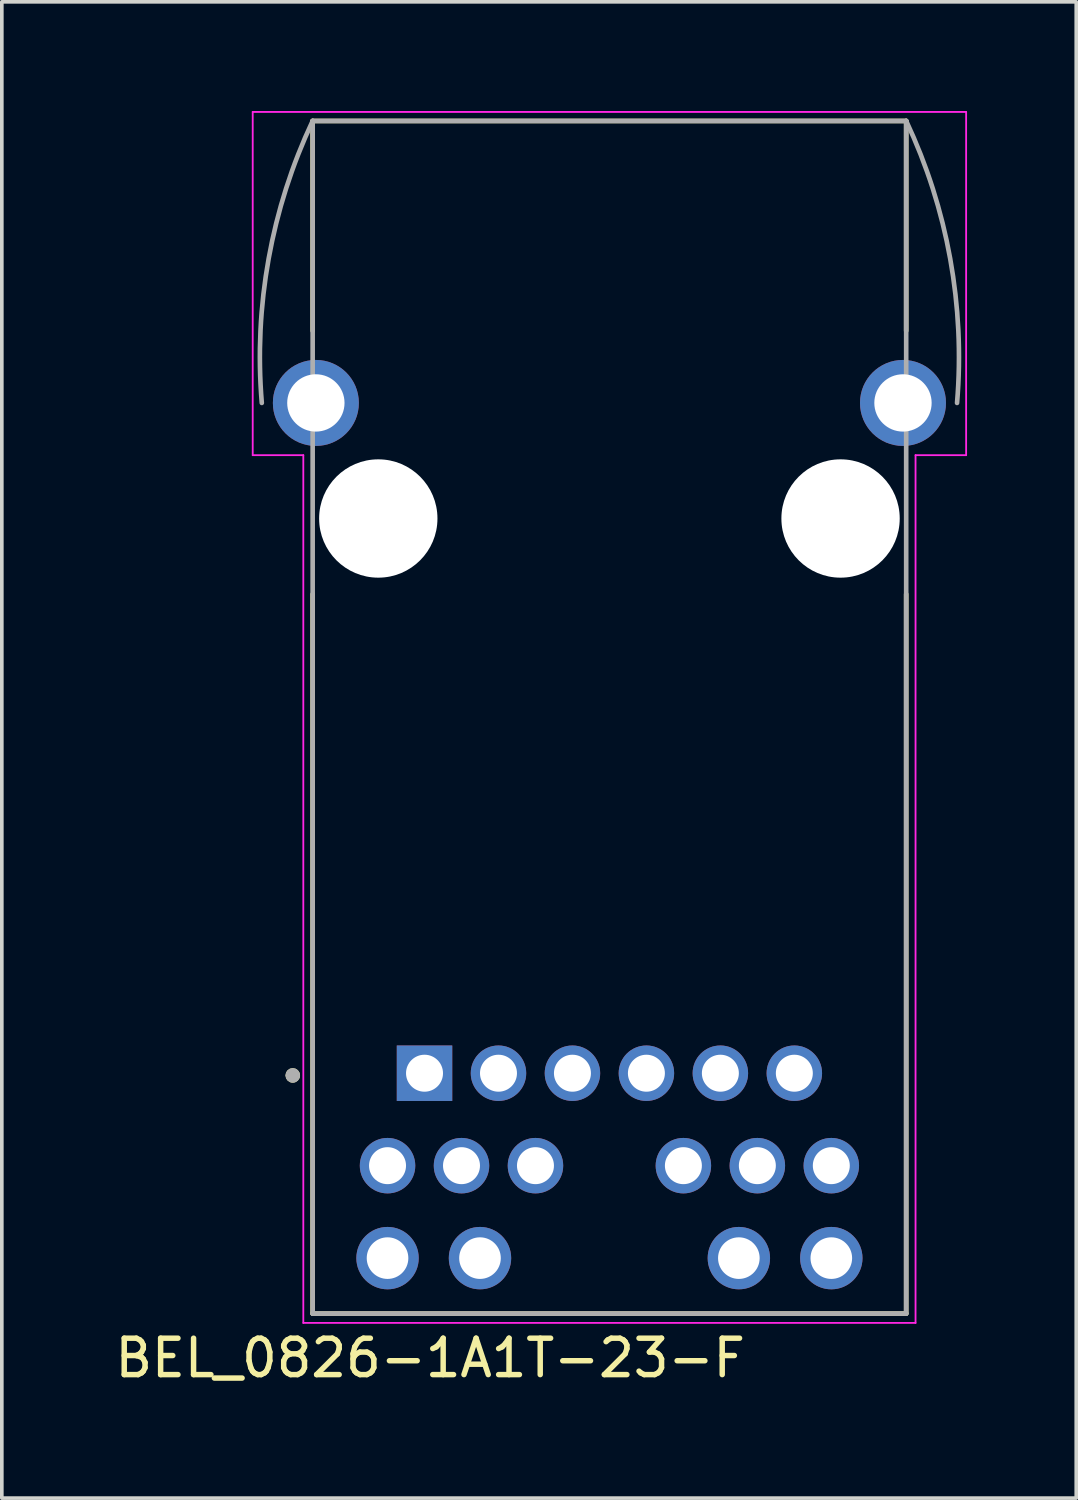
<source format=kicad_pcb>
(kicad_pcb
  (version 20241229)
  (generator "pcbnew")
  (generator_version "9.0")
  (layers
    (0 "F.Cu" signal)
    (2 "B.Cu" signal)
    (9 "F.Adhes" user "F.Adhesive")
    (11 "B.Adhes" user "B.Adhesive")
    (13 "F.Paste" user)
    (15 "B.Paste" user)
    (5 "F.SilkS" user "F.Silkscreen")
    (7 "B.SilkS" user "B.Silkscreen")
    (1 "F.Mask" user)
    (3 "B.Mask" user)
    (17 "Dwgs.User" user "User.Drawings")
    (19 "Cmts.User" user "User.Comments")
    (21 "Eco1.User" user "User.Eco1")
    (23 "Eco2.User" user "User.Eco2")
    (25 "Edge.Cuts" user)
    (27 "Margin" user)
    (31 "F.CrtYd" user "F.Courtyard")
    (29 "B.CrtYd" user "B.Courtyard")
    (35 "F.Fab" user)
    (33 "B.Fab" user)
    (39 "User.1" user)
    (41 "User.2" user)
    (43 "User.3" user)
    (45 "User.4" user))
  (footprint "BEL_0826-1A1T-23-F"
    (layer "F.Cu")
    (at 13.693 11.195)
    (property "Reference" "BEL_0826-1A1T-23-F" (at -4.925 23.065 0) (layer "F.SilkS") (effects (font (size 1 1) (thickness 0.15))))
    (attr through_hole)
    (fp_line (start -8.153 -5.156) (end -8.153 -10.922) (stroke (width 0.127) (type solid)) (layer "F.SilkS"))
    (fp_line (start -8.153 21.844) (end -8.153 2.078) (stroke (width 0.127) (type solid)) (layer "F.SilkS"))
    (fp_line (start -8.153 21.844) (end 8.153 21.844) (stroke (width 0.127) (type solid)) (layer "F.SilkS"))
    (fp_line (start 8.153 -10.922) (end -8.153 -10.922) (stroke (width 0.127) (type solid)) (layer "F.SilkS"))
    (fp_line (start 8.153 -5.156) (end 8.153 -10.922) (stroke (width 0.127) (type solid)) (layer "F.SilkS"))
    (fp_line (start 8.153 21.844) (end 8.153 2.078) (stroke (width 0.127) (type solid)) (layer "F.SilkS"))
    (fp_circle (center -8.7 15.3) (end -8.6 15.3) (stroke (width 0.2) (type solid)) (fill no) (layer "F.SilkS"))
    (fp_line (start -9.8 -11.17) (end 9.8 -11.17) (stroke (width 0.05) (type solid)) (layer "F.CrtYd"))
    (fp_line (start -9.8 -1.74) (end -9.8 -11.17) (stroke (width 0.05) (type solid)) (layer "F.CrtYd"))
    (fp_line (start -8.41 -1.74) (end -9.8 -1.74) (stroke (width 0.05) (type solid)) (layer "F.CrtYd"))
    (fp_line (start -8.41 22.1) (end -8.41 -1.74) (stroke (width 0.05) (type solid)) (layer "F.CrtYd"))
    (fp_line (start 8.41 -1.74) (end 8.41 22.1) (stroke (width 0.05) (type solid)) (layer "F.CrtYd"))
    (fp_line (start 8.41 22.1) (end -8.41 22.1) (stroke (width 0.05) (type solid)) (layer "F.CrtYd"))
    (fp_line (start 9.8 -11.17) (end 9.8 -1.74) (stroke (width 0.05) (type solid)) (layer "F.CrtYd"))
    (fp_line (start 9.8 -1.74) (end 8.41 -1.74) (stroke (width 0.05) (type solid)) (layer "F.CrtYd"))
    (fp_line (start -8.153 -10.922) (end -8.153 21.844) (stroke (width 0.127) (type solid)) (layer "F.Fab"))
    (fp_line (start -8.153 21.844) (end 8.153 21.844) (stroke (width 0.127) (type solid)) (layer "F.Fab"))
    (fp_line (start 8.153 -10.922) (end -8.153 -10.922) (stroke (width 0.127) (type solid)) (layer "F.Fab"))
    (fp_line (start 8.153 21.844) (end 8.153 -10.922) (stroke (width 0.127) (type solid)) (layer "F.Fab"))
    (fp_arc (start -9.5504 -3.175) (mid -9.361856 -7.140459) (end -8.1534 -10.922) (stroke (width 0.127) (type solid)) (layer "F.Fab"))
    (fp_arc (start 8.1534 -10.922) (mid 9.361856 -7.140459) (end 9.5504 -3.175) (stroke (width 0.127) (type solid)) (layer "F.Fab"))
    (fp_circle (center -8.7 15.3) (end -8.6 15.3) (stroke (width 0.2) (type solid)) (fill no) (layer "F.Fab"))
    (pad "" np_thru_hole circle (at -6.35 0) (size 3.251 3.251) (drill 3.251) (layers "*.Cu" "*.Mask"))
    (pad "" np_thru_hole circle (at 6.35 0) (size 3.251 3.251) (drill 3.251) (layers "*.Cu" "*.Mask"))
    (pad "1" thru_hole rect (at -5.08 15.24) (size 1.524 1.524) (drill 1.016) (layers "*.Cu" "*.Mask"))
    (pad "2" thru_hole circle (at -3.048 15.24) (size 1.524 1.524) (drill 1.016) (layers "*.Cu" "*.Mask"))
    (pad "3" thru_hole circle (at -1.016 15.24) (size 1.524 1.524) (drill 1.016) (layers "*.Cu" "*.Mask"))
    (pad "4" thru_hole circle (at 1.016 15.24) (size 1.524 1.524) (drill 1.016) (layers "*.Cu" "*.Mask"))
    (pad "5" thru_hole circle (at 3.048 15.24) (size 1.524 1.524) (drill 1.016) (layers "*.Cu" "*.Mask"))
    (pad "6" thru_hole circle (at 5.08 15.24) (size 1.524 1.524) (drill 1.016) (layers "*.Cu" "*.Mask"))
    (pad "7" thru_hole circle (at -6.096 17.78) (size 1.524 1.524) (drill 1.016) (layers "*.Cu" "*.Mask"))
    (pad "8" thru_hole circle (at -4.064 17.78) (size 1.524 1.524) (drill 1.016) (layers "*.Cu" "*.Mask"))
    (pad "9" thru_hole circle (at -2.032 17.78) (size 1.524 1.524) (drill 1.016) (layers "*.Cu" "*.Mask"))
    (pad "10" thru_hole circle (at 2.032 17.78) (size 1.524 1.524) (drill 1.016) (layers "*.Cu" "*.Mask"))
    (pad "11" thru_hole circle (at 4.064 17.78) (size 1.524 1.524) (drill 1.016) (layers "*.Cu" "*.Mask"))
    (pad "12" thru_hole circle (at 6.096 17.78) (size 1.524 1.524) (drill 1.016) (layers "*.Cu" "*.Mask"))
    (pad "13" thru_hole circle (at -6.096 20.32) (size 1.714 1.714) (drill 1.143) (layers "*.Cu" "*.Mask"))
    (pad "14" thru_hole circle (at -3.556 20.32) (size 1.714 1.714) (drill 1.143) (layers "*.Cu" "*.Mask"))
    (pad "15" thru_hole circle (at 3.556 20.32) (size 1.714 1.714) (drill 1.143) (layers "*.Cu" "*.Mask"))
    (pad "16" thru_hole circle (at 6.096 20.32) (size 1.714 1.714) (drill 1.143) (layers "*.Cu" "*.Mask"))
    (pad "S1" thru_hole circle (at -8.065 -3.175) (size 2.362 2.362) (drill 1.575) (layers "*.Cu" "*.Mask"))
    (pad "S2" thru_hole circle (at 8.065 -3.175) (size 2.362 2.362) (drill 1.575) (layers "*.Cu" "*.Mask"))
    (zone (net_name "") (layer "F.Cu") (hatch full 0.508) (connect_pads) (min_thickness 0.01) (filled_areas_thickness no) (keepout (tracks not_allowed) (vias not_allowed) (pads not_allowed) (copperpour not_allowed) (footprints allowed)) (placement (enabled no)) (fill) (polygon (pts (xy 4.777 24.784) (xy 7.14 24.784) (xy 7.14 31.261) (xy 4.777 31.261))))
    (zone (net_name "") (layer "F.Cu") (hatch full 0.508) (connect_pads) (min_thickness 0.01) (filled_areas_thickness no) (keepout (tracks not_allowed) (vias not_allowed) (pads not_allowed) (copperpour not_allowed) (footprints allowed)) (placement (enabled no)) (fill) (polygon (pts (xy 20.246 24.784) (xy 22.608 24.784) (xy 22.608 31.261) (xy 20.246 31.261))))
    (zone (net_name "") (layer "F.Cu") (hatch full 0.508) (connect_pads) (min_thickness 0.01) (filled_areas_thickness no) (keepout (tracks not_allowed) (vias not_allowed) (pads not_allowed) (copperpour not_allowed) (footprints allowed)) (placement (enabled no)) (fill) (polygon (pts (xy 4.777 7.182) (xy 7.698 7.182) (xy 7.698 3.321) (xy 19.687 3.321) (xy 19.687 7.182) (xy 22.608 7.182) (xy 22.608 0.273) (xy 4.777 0.273))))
    (zone (net_name "") (layers "F.Cu" "B.Cu") (hatch full 0.508) (connect_pads) (min_thickness 0.01) (filled_areas_thickness no) (keepout (tracks allowed) (vias not_allowed) (pads allowed) (copperpour allowed) (footprints allowed)) (placement (enabled no)) (fill) (polygon (pts (xy 4.777 24.784) (xy 7.14 24.784) (xy 7.14 31.261) (xy 4.777 31.261))))
    (zone (net_name "") (layers "F.Cu" "B.Cu") (hatch full 0.508) (connect_pads) (min_thickness 0.01) (filled_areas_thickness no) (keepout (tracks allowed) (vias not_allowed) (pads allowed) (copperpour allowed) (footprints allowed)) (placement (enabled no)) (fill) (polygon (pts (xy 20.246 24.784) (xy 22.608 24.784) (xy 22.608 31.261) (xy 20.246 31.261))))
    (zone (net_name "") (layers "F.Cu" "B.Cu") (hatch full 0.508) (connect_pads) (min_thickness 0.01) (filled_areas_thickness no) (keepout (tracks allowed) (vias not_allowed) (pads allowed) (copperpour allowed) (footprints allowed)) (placement (enabled no)) (fill) (polygon (pts (xy 4.777 7.182) (xy 7.698 7.182) (xy 7.698 3.321) (xy 19.687 3.321) (xy 19.687 7.182) (xy 22.608 7.182) (xy 22.608 0.273) (xy 4.777 0.273)))))
  (gr_rect
    (start -3 -3)
    (end 26.518 38.108)
    (stroke (width 0.1) (type default))
    (fill no)
    (layer "Edge.Cuts")))
</source>
